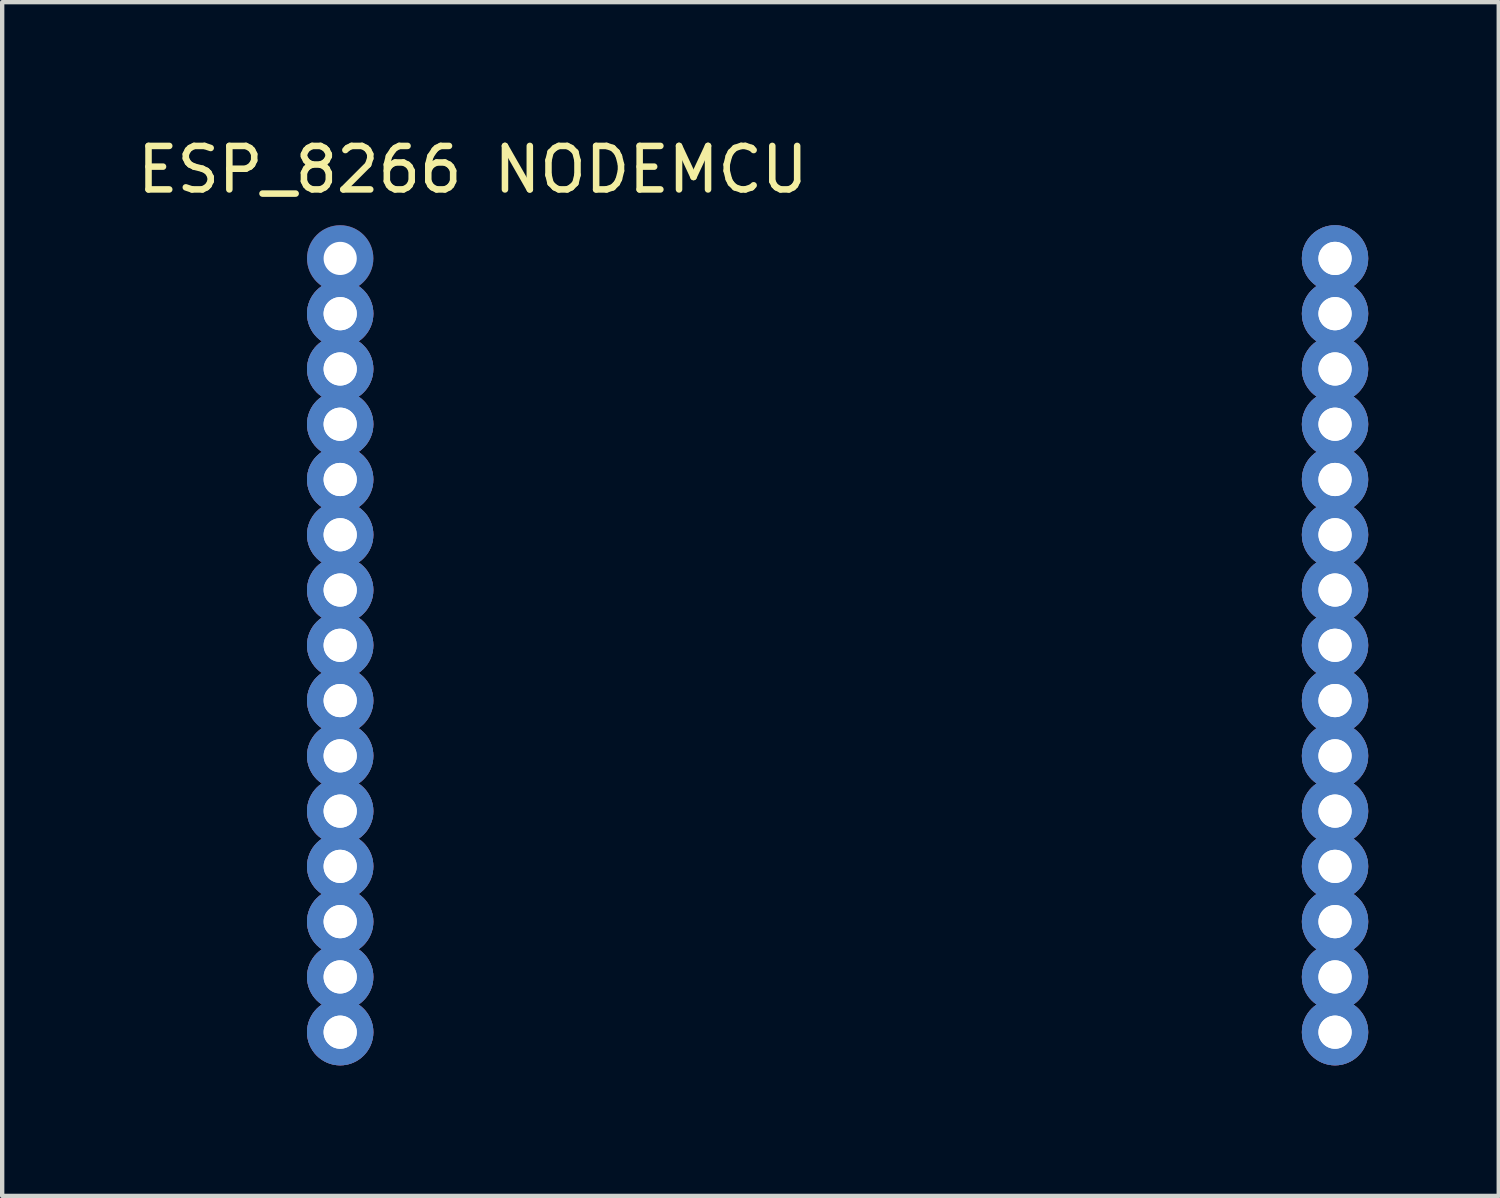
<source format=kicad_pcb>
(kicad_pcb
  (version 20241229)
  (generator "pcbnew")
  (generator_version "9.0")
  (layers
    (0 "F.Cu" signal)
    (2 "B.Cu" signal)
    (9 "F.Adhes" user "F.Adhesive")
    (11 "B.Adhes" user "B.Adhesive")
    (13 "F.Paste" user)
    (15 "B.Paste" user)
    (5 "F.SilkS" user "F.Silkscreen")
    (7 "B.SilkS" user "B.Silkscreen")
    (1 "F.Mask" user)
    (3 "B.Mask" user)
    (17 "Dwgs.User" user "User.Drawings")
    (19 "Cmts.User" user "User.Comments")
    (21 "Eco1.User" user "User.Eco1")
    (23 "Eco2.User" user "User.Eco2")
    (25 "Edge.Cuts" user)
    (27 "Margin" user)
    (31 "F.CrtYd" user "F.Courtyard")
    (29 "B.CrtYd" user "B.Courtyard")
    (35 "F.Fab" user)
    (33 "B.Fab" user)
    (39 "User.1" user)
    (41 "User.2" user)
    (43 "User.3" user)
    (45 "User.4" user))
  (footprint "ESP_8266 NODEMCU"
    (layer "F.Cu")
    (at 7.815 0.348)
    (property "Reference" "ESP_8266 NODEMCU" (at 0 0.5 0) (layer "F.SilkS") (effects (font (size 1 1) (thickness 0.15))))
    (attr through_hole)
    (pad "1" thru_hole circle (at -3.048 2.54) (size 1.524 1.524) (drill 0.762) (layers "*.Cu" "*.Mask"))
    (pad "2" thru_hole circle (at -3.048 3.81) (size 1.524 1.524) (drill 0.762) (layers "*.Cu" "*.Mask"))
    (pad "2" thru_hole circle (at -3.048 3.81) (size 1.524 1.524) (drill 0.762) (layers "*.Cu" "*.Mask"))
    (pad "3" thru_hole circle (at -3.048 5.08) (size 1.524 1.524) (drill 0.762) (layers "*.Cu" "*.Mask"))
    (pad "3" thru_hole circle (at -3.048 5.08) (size 1.524 1.524) (drill 0.762) (layers "*.Cu" "*.Mask"))
    (pad "4" thru_hole circle (at -3.048 6.35) (size 1.524 1.524) (drill 0.762) (layers "*.Cu" "*.Mask"))
    (pad "4" thru_hole circle (at -3.048 6.35) (size 1.524 1.524) (drill 0.762) (layers "*.Cu" "*.Mask"))
    (pad "5" thru_hole circle (at -3.048 7.62) (size 1.524 1.524) (drill 0.762) (layers "*.Cu" "*.Mask"))
    (pad "5" thru_hole circle (at -3.048 7.62) (size 1.524 1.524) (drill 0.762) (layers "*.Cu" "*.Mask"))
    (pad "6" thru_hole circle (at -3.048 8.89) (size 1.524 1.524) (drill 0.762) (layers "*.Cu" "*.Mask"))
    (pad "6" thru_hole circle (at -3.048 8.89) (size 1.524 1.524) (drill 0.762) (layers "*.Cu" "*.Mask"))
    (pad "7" thru_hole circle (at -3.048 10.16) (size 1.524 1.524) (drill 0.762) (layers "*.Cu" "*.Mask"))
    (pad "7" thru_hole circle (at -3.048 10.16) (size 1.524 1.524) (drill 0.762) (layers "*.Cu" "*.Mask"))
    (pad "8" thru_hole circle (at -3.048 11.43) (size 1.524 1.524) (drill 0.762) (layers "*.Cu" "*.Mask"))
    (pad "8" thru_hole circle (at -3.048 11.43) (size 1.524 1.524) (drill 0.762) (layers "*.Cu" "*.Mask"))
    (pad "9" thru_hole circle (at -3.048 12.7) (size 1.524 1.524) (drill 0.762) (layers "*.Cu" "*.Mask"))
    (pad "9" thru_hole circle (at -3.048 12.7) (size 1.524 1.524) (drill 0.762) (layers "*.Cu" "*.Mask"))
    (pad "10" thru_hole circle (at -3.048 13.97) (size 1.524 1.524) (drill 0.762) (layers "*.Cu" "*.Mask"))
    (pad "10" thru_hole circle (at -3.048 13.97) (size 1.524 1.524) (drill 0.762) (layers "*.Cu" "*.Mask"))
    (pad "11" thru_hole circle (at -3.048 15.24) (size 1.524 1.524) (drill 0.762) (layers "*.Cu" "*.Mask"))
    (pad "11" thru_hole circle (at -3.048 15.24) (size 1.524 1.524) (drill 0.762) (layers "*.Cu" "*.Mask"))
    (pad "12" thru_hole circle (at -3.048 16.51) (size 1.524 1.524) (drill 0.762) (layers "*.Cu" "*.Mask"))
    (pad "12" thru_hole circle (at -3.048 16.51) (size 1.524 1.524) (drill 0.762) (layers "*.Cu" "*.Mask"))
    (pad "13" thru_hole circle (at -3.048 17.78) (size 1.524 1.524) (drill 0.762) (layers "*.Cu" "*.Mask"))
    (pad "13" thru_hole circle (at -3.048 17.78) (size 1.524 1.524) (drill 0.762) (layers "*.Cu" "*.Mask"))
    (pad "14" thru_hole circle (at -3.048 19.05) (size 1.524 1.524) (drill 0.762) (layers "*.Cu" "*.Mask"))
    (pad "14" thru_hole circle (at -3.048 19.05) (size 1.524 1.524) (drill 0.762) (layers "*.Cu" "*.Mask"))
    (pad "15" thru_hole circle (at -3.048 20.32) (size 1.524 1.524) (drill 0.762) (layers "*.Cu" "*.Mask"))
    (pad "15" thru_hole circle (at -3.048 20.32) (size 1.524 1.524) (drill 0.762) (layers "*.Cu" "*.Mask"))
    (pad "16" thru_hole circle (at 19.812 20.32) (size 1.524 1.524) (drill 0.762) (layers "*.Cu" "*.Mask"))
    (pad "16" thru_hole circle (at 19.812 20.32) (size 1.524 1.524) (drill 0.762) (layers "*.Cu" "*.Mask"))
    (pad "17" thru_hole circle (at 19.812 19.05) (size 1.524 1.524) (drill 0.762) (layers "*.Cu" "*.Mask"))
    (pad "17" thru_hole circle (at 19.812 19.05) (size 1.524 1.524) (drill 0.762) (layers "*.Cu" "*.Mask"))
    (pad "18" thru_hole circle (at 19.812 17.78) (size 1.524 1.524) (drill 0.762) (layers "*.Cu" "*.Mask"))
    (pad "18" thru_hole circle (at 19.812 17.78) (size 1.524 1.524) (drill 0.762) (layers "*.Cu" "*.Mask"))
    (pad "19" thru_hole circle (at 19.812 16.51) (size 1.524 1.524) (drill 0.762) (layers "*.Cu" "*.Mask"))
    (pad "19" thru_hole circle (at 19.812 16.51) (size 1.524 1.524) (drill 0.762) (layers "*.Cu" "*.Mask"))
    (pad "20" thru_hole circle (at 19.812 15.24) (size 1.524 1.524) (drill 0.762) (layers "*.Cu" "*.Mask"))
    (pad "20" thru_hole circle (at 19.812 15.24) (size 1.524 1.524) (drill 0.762) (layers "*.Cu" "*.Mask"))
    (pad "21" thru_hole circle (at 19.812 13.97) (size 1.524 1.524) (drill 0.762) (layers "*.Cu" "*.Mask"))
    (pad "21" thru_hole circle (at 19.812 13.97) (size 1.524 1.524) (drill 0.762) (layers "*.Cu" "*.Mask"))
    (pad "22" thru_hole circle (at 19.812 12.7) (size 1.524 1.524) (drill 0.762) (layers "*.Cu" "*.Mask"))
    (pad "22" thru_hole circle (at 19.812 12.7) (size 1.524 1.524) (drill 0.762) (layers "*.Cu" "*.Mask"))
    (pad "23" thru_hole circle (at 19.812 11.43) (size 1.524 1.524) (drill 0.762) (layers "*.Cu" "*.Mask"))
    (pad "23" thru_hole circle (at 19.812 11.43) (size 1.524 1.524) (drill 0.762) (layers "*.Cu" "*.Mask"))
    (pad "24" thru_hole circle (at 19.812 10.16) (size 1.524 1.524) (drill 0.762) (layers "*.Cu" "*.Mask"))
    (pad "24" thru_hole circle (at 19.812 10.16) (size 1.524 1.524) (drill 0.762) (layers "*.Cu" "*.Mask"))
    (pad "25" thru_hole circle (at 19.812 8.89) (size 1.524 1.524) (drill 0.762) (layers "*.Cu" "*.Mask"))
    (pad "25" thru_hole circle (at 19.812 8.89) (size 1.524 1.524) (drill 0.762) (layers "*.Cu" "*.Mask"))
    (pad "26" thru_hole circle (at 19.812 7.62) (size 1.524 1.524) (drill 0.762) (layers "*.Cu" "*.Mask"))
    (pad "26" thru_hole circle (at 19.812 7.62) (size 1.524 1.524) (drill 0.762) (layers "*.Cu" "*.Mask"))
    (pad "27" thru_hole circle (at 19.812 6.35) (size 1.524 1.524) (drill 0.762) (layers "*.Cu" "*.Mask"))
    (pad "27" thru_hole circle (at 19.812 6.35) (size 1.524 1.524) (drill 0.762) (layers "*.Cu" "*.Mask"))
    (pad "28" thru_hole circle (at 19.812 5.08) (size 1.524 1.524) (drill 0.762) (layers "*.Cu" "*.Mask"))
    (pad "28" thru_hole circle (at 19.812 5.08) (size 1.524 1.524) (drill 0.762) (layers "*.Cu" "*.Mask"))
    (pad "29" thru_hole circle (at 19.812 3.81) (size 1.524 1.524) (drill 0.762) (layers "*.Cu" "*.Mask"))
    (pad "29" thru_hole circle (at 19.812 3.81) (size 1.524 1.524) (drill 0.762) (layers "*.Cu" "*.Mask"))
    (pad "30" thru_hole circle (at 19.812 2.54) (size 1.524 1.524) (drill 0.762) (layers "*.Cu" "*.Mask"))
    (pad "30" thru_hole circle (at 19.812 2.54) (size 1.524 1.524) (drill 0.762) (layers "*.Cu" "*.Mask")))
  (gr_rect
    (start -3 -3)
    (end 31.389 24.43)
    (stroke (width 0.1) (type default))
    (fill no)
    (layer "Edge.Cuts")))
</source>
